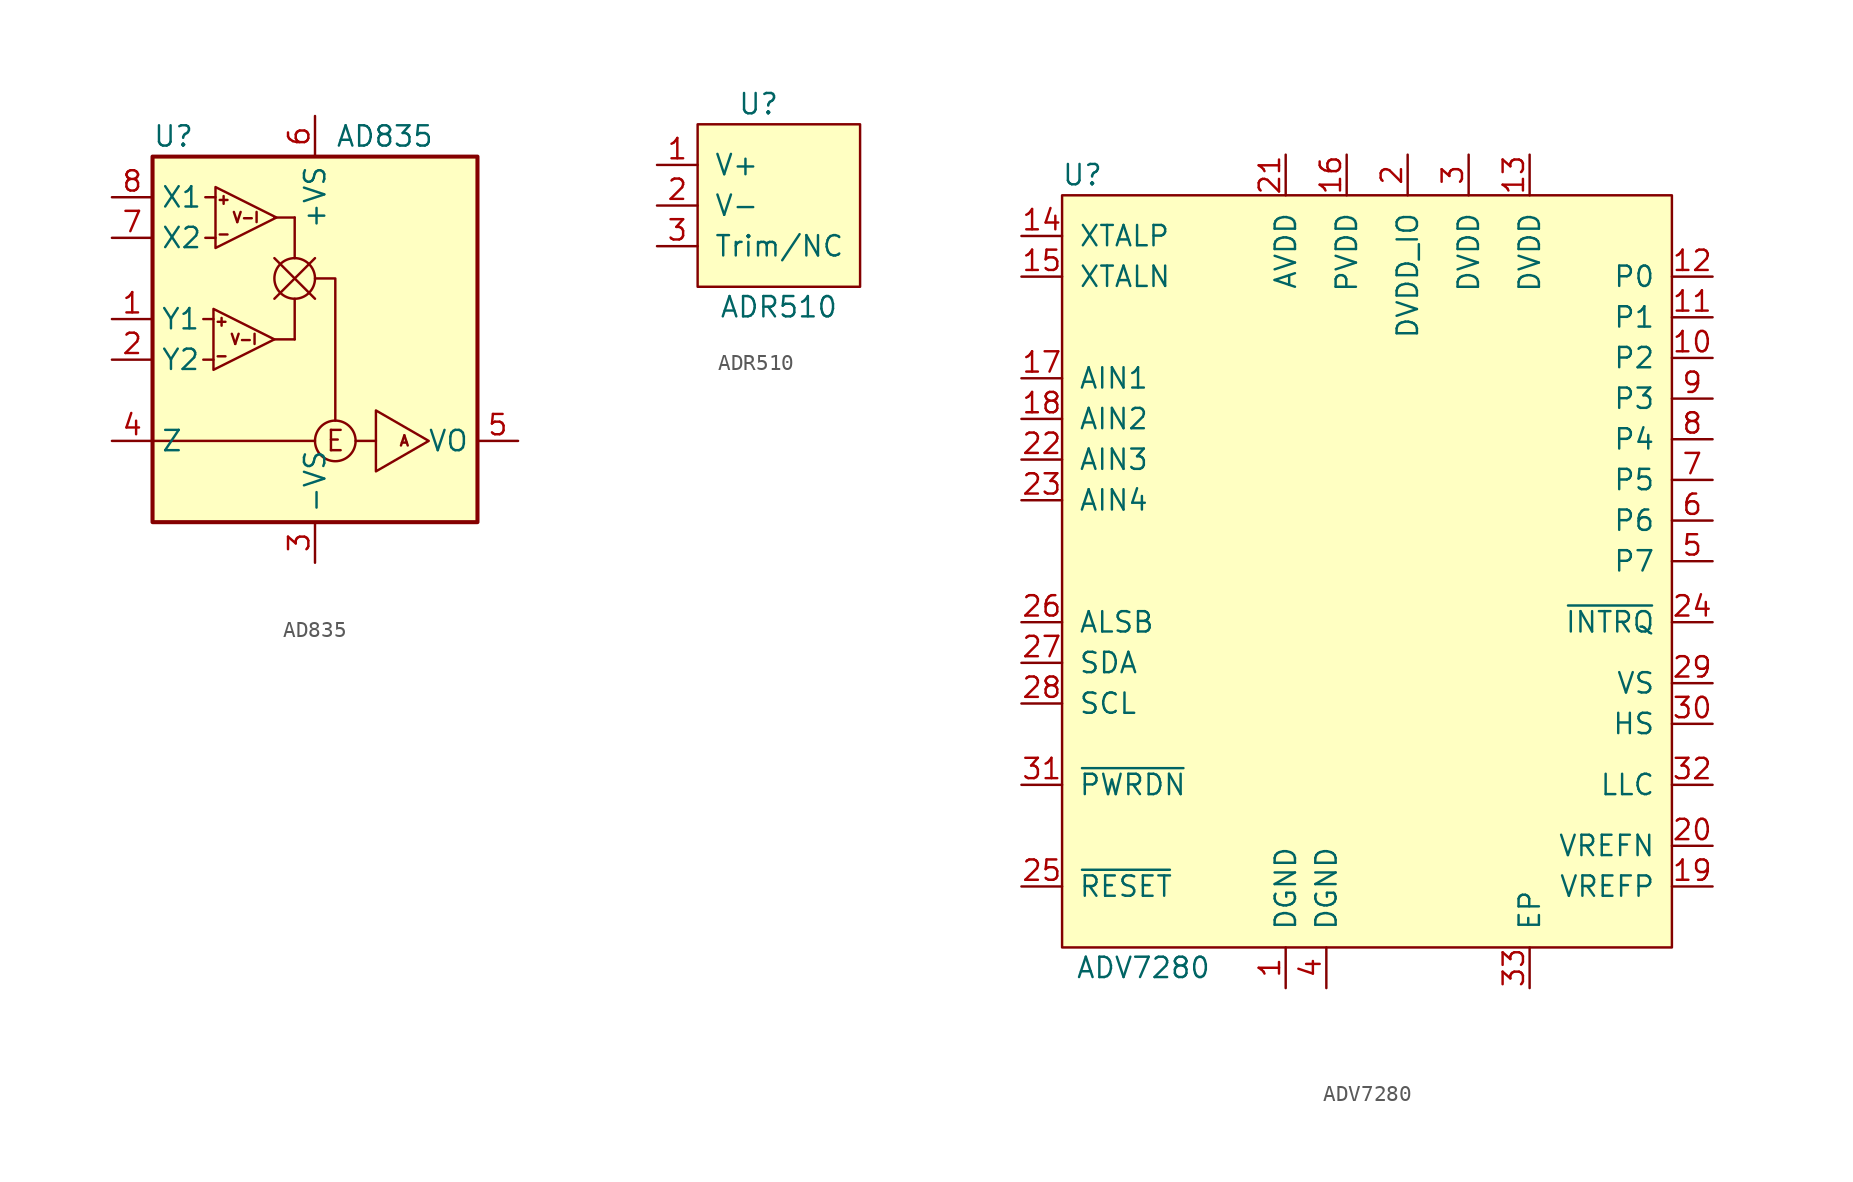
<source format=kicad_sym>
(kicad_symbol_lib
  (version 20241209)
  (generator "kicad_symbol_editor")
  (generator_version "9.0")
  (symbol "AD835"
    (property "Reference" "U"
      (at -10.16 13.97 0)
      (effects (font (size 1.27 1.27)) (justify left)))
    (property "Value" "AD835"
      (at 1.27 13.97 0)
      (effects (font (size 1.27 1.27)) (justify left)))
    (symbol "AD835_0_0"
      (polyline (pts (xy -10.16 -5.08) (xy 0 -5.08)) (stroke (width 0) (type solid)) (fill (type none)))
      (polyline (pts (xy -2.54 8.89) (xy -1.27 8.89)) (stroke (width 0) (type solid)) (fill (type none)))
      (polyline (pts (xy -2.54 1.27) (xy -1.27 1.27)) (stroke (width 0) (type solid)) (fill (type none)))
      (polyline (pts (xy 0 5.08) (xy 1.27 5.08) (xy 1.27 -3.81)) (stroke (width 0) (type solid)) (fill (type none)))
      (text "+" (at -5.842 2.413 0) (effects (font (size 0.635 0.635))))
      (text "-" (at -5.842 0.254 0) (effects (font (size 0.635 0.635))))
      (text "+" (at -5.715 10.033 0) (effects (font (size 0.635 0.635))))
      (text "-" (at -5.715 7.874 0) (effects (font (size 0.635 0.635))))
      (text "V-I" (at -4.445 1.27 0) (effects (font (size 0.635 0.635))))
      (text "V-I" (at -4.318 8.89 0) (effects (font (size 0.635 0.635))))
      (text "E" (at 1.27 -5.08 0) (effects (font (size 1.27 1.27))))
      (text "A" (at 5.588 -5.08 0) (effects (font (size 0.635 0.635)))))
    (symbol "AD835_0_1"
      (rectangle (start -10.16 12.7) (end 10.16 -10.16) (stroke (width 0.254) (type solid)) (fill (type background)))
      (polyline (pts (xy -6.985 2.54) (xy -6.35 2.54)) (stroke (width 0) (type solid)) (fill (type none)))
      (polyline (pts (xy -6.985 0) (xy -6.35 0)) (stroke (width 0) (type solid)) (fill (type none)))
      (polyline (pts (xy -6.858 10.16) (xy -6.223 10.16)) (stroke (width 0) (type solid)) (fill (type none)))
      (polyline (pts (xy -6.858 7.62) (xy -6.223 7.62)) (stroke (width 0) (type solid)) (fill (type none)))
      (polyline (pts (xy -6.35 3.175) (xy -6.35 -0.635) (xy -2.54 1.27) (xy -6.35 3.175)) (stroke (width 0) (type solid)) (fill (type none)))
      (polyline (pts (xy -6.223 10.795) (xy -6.223 6.985) (xy -2.413 8.89) (xy -6.223 10.795)) (stroke (width 0) (type solid)) (fill (type none)))
      (polyline (pts (xy -2.54 6.35) (xy 0 3.81)) (stroke (width 0) (type solid)) (fill (type none)))
      (polyline (pts (xy -2.54 3.81) (xy 0 6.35)) (stroke (width 0) (type solid)) (fill (type none)))
      (polyline (pts (xy -1.27 8.89) (xy -1.27 6.35)) (stroke (width 0) (type solid)) (fill (type none)))
      (circle (center -1.27 5.08) (radius 1.27) (stroke (width 0) (type solid)) (fill (type none)))
      (polyline (pts (xy -1.27 1.27) (xy -1.27 3.81)) (stroke (width 0) (type solid)) (fill (type none)))
      (circle (center 1.27 -5.08) (radius 1.27) (stroke (width 0) (type solid)) (fill (type none)))
      (polyline (pts (xy 2.54 -5.08) (xy 3.81 -5.08)) (stroke (width 0) (type solid)) (fill (type none)))
      (polyline (pts (xy 3.81 -3.175) (xy 3.81 -6.985) (xy 7.112 -5.08) (xy 3.81 -3.175)) (stroke (width 0) (type solid)) (fill (type none))))
    (symbol "AD835_1_1"
      (pin input line (at -12.7 10.16 0) (length 2.54) (name "X1" (effects (font (size 1.27 1.27)))) (number "8" (effects (font (size 1.27 1.27)))))
      (pin input line (at -12.7 7.62 0) (length 2.54) (name "X2" (effects (font (size 1.27 1.27)))) (number "7" (effects (font (size 1.27 1.27)))))
      (pin input line (at -12.7 2.54 0) (length 2.54) (name "Y1" (effects (font (size 1.27 1.27)))) (number "1" (effects (font (size 1.27 1.27)))))
      (pin input line (at -12.7 0 0) (length 2.54) (name "Y2" (effects (font (size 1.27 1.27)))) (number "2" (effects (font (size 1.27 1.27)))))
      (pin input line (at -12.7 -5.08 0) (length 2.54) (name "Z" (effects (font (size 1.27 1.27)))) (number "4" (effects (font (size 1.27 1.27)))))
      (pin power_in line (at 0 15.24 270) (length 2.54) (name "+VS" (effects (font (size 1.27 1.27)))) (number "6" (effects (font (size 1.27 1.27)))))
      (pin power_in line (at 0 -12.7 90) (length 2.54) (name "-VS" (effects (font (size 1.27 1.27)))) (number "3" (effects (font (size 1.27 1.27)))))
      (pin output line (at 12.7 -5.08 180) (length 2.54) (name "VO" (effects (font (size 1.27 1.27)))) (number "5" (effects (font (size 1.27 1.27)))))))
  (symbol "ADR510"
    (pin_names
      (offset 1.016))
    (property "Reference" "U"
      (at -1.27 6.35 0)
      (effects (font (size 1.27 1.27))))
    (property "Value" "ADR510"
      (at 0 -6.35 0)
      (effects (font (size 1.27 1.27))))
    (symbol "ADR510_0_1"
      (rectangle (start -5.08 5.08) (end 5.08 -5.08) (stroke (width 0) (type solid)) (fill (type background))))
    (symbol "ADR510_1_1"
      (pin input line (at -7.62 2.54 0) (length 2.54) (name "V+" (effects (font (size 1.27 1.27)))) (number "1" (effects (font (size 1.27 1.27)))))
      (pin input line (at -7.62 0 0) (length 2.54) (name "V-" (effects (font (size 1.27 1.27)))) (number "2" (effects (font (size 1.27 1.27)))))
      (pin input line (at -7.62 -2.54 0) (length 2.54) (name "Trim/NC" (effects (font (size 1.27 1.27)))) (number "3" (effects (font (size 1.27 1.27)))))))
  (symbol "ADV7280"
    (pin_names
      (offset 1.016))
    (property "Reference" "U"
      (at -38.1 53.34 0)
      (effects (font (size 1.27 1.27))))
    (property "Value" "ADV7280"
      (at -34.29 3.81 0)
      (effects (font (size 1.27 1.27))))
    (symbol "ADV7280_0_1"
      (rectangle (start -39.37 52.07) (end -1.27 5.08) (stroke (width 0) (type solid)) (fill (type background))))
    (symbol "ADV7280_1_1"
      (pin input line (at -41.91 49.53 0) (length 2.54) (name "XTALP" (effects (font (size 1.27 1.27)))) (number "14" (effects (font (size 1.27 1.27)))))
      (pin input line (at -41.91 46.99 0) (length 2.54) (name "XTALN" (effects (font (size 1.27 1.27)))) (number "15" (effects (font (size 1.27 1.27)))))
      (pin input line (at -41.91 40.64 0) (length 2.54) (name "AIN1" (effects (font (size 1.27 1.27)))) (number "17" (effects (font (size 1.27 1.27)))))
      (pin input line (at -41.91 38.1 0) (length 2.54) (name "AIN2" (effects (font (size 1.27 1.27)))) (number "18" (effects (font (size 1.27 1.27)))))
      (pin input line (at -41.91 35.56 0) (length 2.54) (name "AIN3" (effects (font (size 1.27 1.27)))) (number "22" (effects (font (size 1.27 1.27)))))
      (pin input line (at -41.91 33.02 0) (length 2.54) (name "AIN4" (effects (font (size 1.27 1.27)))) (number "23" (effects (font (size 1.27 1.27)))))
      (pin input line (at -41.91 25.4 0) (length 2.54) (name "ALSB" (effects (font (size 1.27 1.27)))) (number "26" (effects (font (size 1.27 1.27)))))
      (pin input line (at -41.91 22.86 0) (length 2.54) (name "SDA" (effects (font (size 1.27 1.27)))) (number "27" (effects (font (size 1.27 1.27)))))
      (pin input line (at -41.91 20.32 0) (length 2.54) (name "SCL" (effects (font (size 1.27 1.27)))) (number "28" (effects (font (size 1.27 1.27)))))
      (pin input line (at -41.91 15.24 0) (length 2.54) (name "~{PWRDN}" (effects (font (size 1.27 1.27)))) (number "31" (effects (font (size 1.27 1.27)))))
      (pin input line (at -41.91 8.89 0) (length 2.54) (name "~{RESET}" (effects (font (size 1.27 1.27)))) (number "25" (effects (font (size 1.27 1.27)))))
      (pin input line (at -25.4 54.61 270) (length 2.54) (name "AVDD" (effects (font (size 1.27 1.27)))) (number "21" (effects (font (size 1.27 1.27)))))
      (pin input line (at -25.4 2.54 90) (length 2.54) (name "DGND" (effects (font (size 1.27 1.27)))) (number "1" (effects (font (size 1.27 1.27)))))
      (pin input line (at -22.86 2.54 90) (length 2.54) (name "DGND" (effects (font (size 1.27 1.27)))) (number "4" (effects (font (size 1.27 1.27)))))
      (pin output line (at -21.59 54.61 270) (length 2.54) (name "PVDD" (effects (font (size 1.27 1.27)))) (number "16" (effects (font (size 1.27 1.27)))))
      (pin input line (at -17.78 54.61 270) (length 2.54) (name "DVDD_IO" (effects (font (size 1.27 1.27)))) (number "2" (effects (font (size 1.27 1.27)))))
      (pin input line (at -13.97 54.61 270) (length 2.54) (name "DVDD" (effects (font (size 1.27 1.27)))) (number "3" (effects (font (size 1.27 1.27)))))
      (pin output line (at -10.16 54.61 270) (length 2.54) (name "DVDD" (effects (font (size 1.27 1.27)))) (number "13" (effects (font (size 1.27 1.27)))))
      (pin input line (at -10.16 2.54 90) (length 2.54) (name "EP" (effects (font (size 1.27 1.27)))) (number "33" (effects (font (size 1.27 1.27)))))
      (pin output line (at 1.27 46.99 180) (length 2.54) (name "P0" (effects (font (size 1.27 1.27)))) (number "12" (effects (font (size 1.27 1.27)))))
      (pin output line (at 1.27 44.45 180) (length 2.54) (name "P1" (effects (font (size 1.27 1.27)))) (number "11" (effects (font (size 1.27 1.27)))))
      (pin output line (at 1.27 41.91 180) (length 2.54) (name "P2" (effects (font (size 1.27 1.27)))) (number "10" (effects (font (size 1.27 1.27)))))
      (pin output line (at 1.27 39.37 180) (length 2.54) (name "P3" (effects (font (size 1.27 1.27)))) (number "9" (effects (font (size 1.27 1.27)))))
      (pin output line (at 1.27 36.83 180) (length 2.54) (name "P4" (effects (font (size 1.27 1.27)))) (number "8" (effects (font (size 1.27 1.27)))))
      (pin output line (at 1.27 34.29 180) (length 2.54) (name "P5" (effects (font (size 1.27 1.27)))) (number "7" (effects (font (size 1.27 1.27)))))
      (pin output line (at 1.27 31.75 180) (length 2.54) (name "P6" (effects (font (size 1.27 1.27)))) (number "6" (effects (font (size 1.27 1.27)))))
      (pin output line (at 1.27 29.21 180) (length 2.54) (name "P7" (effects (font (size 1.27 1.27)))) (number "5" (effects (font (size 1.27 1.27)))))
      (pin input line (at 1.27 25.4 180) (length 2.54) (name "~{INTRQ}" (effects (font (size 1.27 1.27)))) (number "24" (effects (font (size 1.27 1.27)))))
      (pin input line (at 1.27 21.59 180) (length 2.54) (name "VS" (effects (font (size 1.27 1.27)))) (number "29" (effects (font (size 1.27 1.27)))))
      (pin input line (at 1.27 19.05 180) (length 2.54) (name "HS" (effects (font (size 1.27 1.27)))) (number "30" (effects (font (size 1.27 1.27)))))
      (pin input line (at 1.27 15.24 180) (length 2.54) (name "LLC" (effects (font (size 1.27 1.27)))) (number "32" (effects (font (size 1.27 1.27)))))
      (pin input line (at 1.27 11.43 180) (length 2.54) (name "VREFN" (effects (font (size 1.27 1.27)))) (number "20" (effects (font (size 1.27 1.27)))))
      (pin input line (at 1.27 8.89 180) (length 2.54) (name "VREFP" (effects (font (size 1.27 1.27)))) (number "19" (effects (font (size 1.27 1.27))))))))
</source>
